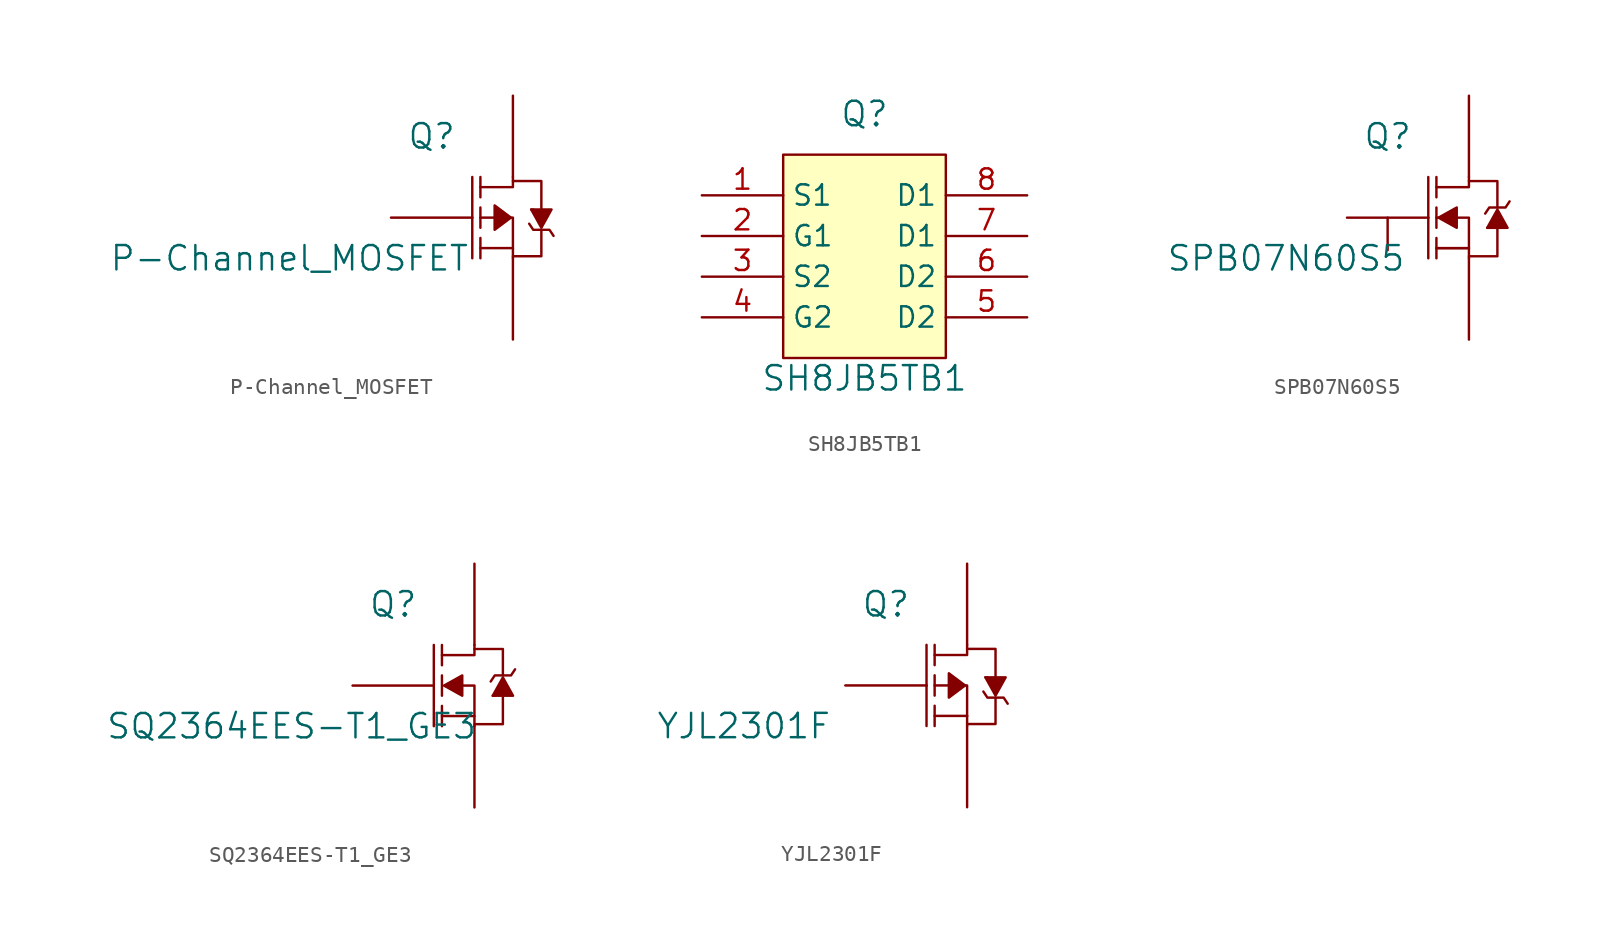
<source format=kicad_sym>
(kicad_symbol_lib
  (version 20211014)
  (generator kicad_symbol_editor)
  (symbol "P-Channel_MOSFET"
    (pin_numbers hide)
    (pin_names
      (offset 0) hide)
    (property "Reference" "Q"
      (at -2.54 5.08 0)
      (effects (font (size 1.524 1.524))))
    (property "Value" "P-Channel_MOSFET"
      (at -11.43 -2.54 0)
      (effects (font (size 1.524 1.524))))
    (symbol "P-Channel_MOSFET_0_1"
      (polyline (pts (xy 0 0) (xy 0 -2.54)) (stroke (width 0) (type default) (color 0 0 0 0)) (fill (type none)))
      (polyline (pts (xy 0 0) (xy 0 2.54)) (stroke (width 0) (type default) (color 0 0 0 0)) (fill (type none)))
      (polyline (pts (xy 0.508 -1.905) (xy 2.54 -1.905)) (stroke (width 0) (type default) (color 0 0 0 0)) (fill (type none)))
      (polyline (pts (xy 0.508 -1.27) (xy 0.508 -2.54)) (stroke (width 0) (type default) (color 0 0 0 0)) (fill (type none)))
      (polyline (pts (xy 0.508 -0.635) (xy 0.508 0.635)) (stroke (width 0) (type default) (color 0 0 0 0)) (fill (type none)))
      (polyline (pts (xy 0.508 0) (xy 1.397 0)) (stroke (width 0) (type default) (color 0 0 0 0)) (fill (type none)))
      (polyline (pts (xy 0.508 1.27) (xy 0.508 2.54)) (stroke (width 0) (type default) (color 0 0 0 0)) (fill (type none)))
      (polyline (pts (xy 2.54 -2.54) (xy 2.54 -1.905)) (stroke (width 0) (type default) (color 0 0 0 0)) (fill (type none)))
      (polyline (pts (xy 3.81 0.508) (xy 3.683 0.508)) (stroke (width 0) (type default) (color 0 0 0 0)) (fill (type none)))
      (polyline (pts (xy 0.508 1.905) (xy 2.54 1.905) (xy 2.54 2.54)) (stroke (width 0) (type default) (color 0 0 0 0)) (fill (type none)))
      (polyline (pts (xy 2.413 0) (xy 2.54 0) (xy 2.54 -1.905)) (stroke (width 0) (type default) (color 0 0 0 0)) (fill (type none)))
      (polyline (pts (xy 4.318 -0.762) (xy 4.318 -2.413) (xy 2.54 -2.413)) (stroke (width 0) (type default) (color 0 0 0 0)) (fill (type none)))
      (polyline (pts (xy 4.318 0.508) (xy 4.318 2.286) (xy 2.54 2.286)) (stroke (width 0) (type default) (color 0 0 0 0)) (fill (type none)))
      (polyline (pts (xy 2.413 0) (xy 1.397 0.762) (xy 1.397 -0.762) (xy 2.413 0)) (stroke (width 0) (type default) (color 0 0 0 0)) (fill (type outline)))
      (polyline (pts (xy 3.556 -0.381) (xy 3.81 -0.762) (xy 4.826 -0.762) (xy 5.08 -1.143)) (stroke (width 0) (type default) (color 0 0 0 0)) (fill (type none)))
      (polyline (pts (xy 3.683 0.508) (xy 4.318 -0.635) (xy 4.953 0.508) (xy 3.81 0.508)) (stroke (width 0) (type default) (color 0 0 0 0)) (fill (type outline))))
    (symbol "P-Channel_MOSFET_1_1"
      (pin input line (at 2.54 7.62 270) (length 5.08) (name "D" (effects (font (size 1.27 1.27)))) (number "~" (effects (font (size 1.27 1.27)))))
      (pin input line (at -5.08 0 0) (length 5.08) (name "G" (effects (font (size 1.27 1.27)))) (number "~" (effects (font (size 1.27 1.27)))))
      (pin input line (at 2.54 -7.62 90) (length 5.08) (name "S" (effects (font (size 1.27 1.27)))) (number "~" (effects (font (size 1.27 1.27)))))))
  (symbol "SH8JB5TB1"
    (property "Reference" "Q"
      (at 0 8.89 0)
      (effects (font (size 1.524 1.524))))
    (property "Value" "SH8JB5TB1"
      (at 0 -7.62 0)
      (effects (font (size 1.524 1.524))))
    (symbol "SH8JB5TB1_0_1"
      (rectangle (start -5.08 6.35) (end 5.08 -6.35) (stroke (width 0) (type default) (color 0 0 0 0)) (fill (type background))))
    (symbol "SH8JB5TB1_1_1"
      (pin passive line (at -10.16 3.81 0) (length 5.08) (name "S1" (effects (font (size 1.27 1.27)))) (number "1" (effects (font (size 1.27 1.27)))))
      (pin passive line (at -10.16 1.27 0) (length 5.08) (name "G1" (effects (font (size 1.27 1.27)))) (number "2" (effects (font (size 1.27 1.27)))))
      (pin passive line (at -10.16 -1.27 0) (length 5.08) (name "S2" (effects (font (size 1.27 1.27)))) (number "3" (effects (font (size 1.27 1.27)))))
      (pin passive line (at -10.16 -3.81 0) (length 5.08) (name "G2" (effects (font (size 1.27 1.27)))) (number "4" (effects (font (size 1.27 1.27)))))
      (pin input line (at 10.16 -3.81 180) (length 5.08) (name "D2" (effects (font (size 1.27 1.27)))) (number "5" (effects (font (size 1.27 1.27)))))
      (pin input line (at 10.16 -1.27 180) (length 5.08) (name "D2" (effects (font (size 1.27 1.27)))) (number "6" (effects (font (size 1.27 1.27)))))
      (pin input line (at 10.16 1.27 180) (length 5.08) (name "D1" (effects (font (size 1.27 1.27)))) (number "7" (effects (font (size 1.27 1.27)))))
      (pin input line (at 10.16 3.81 180) (length 5.08) (name "D1" (effects (font (size 1.27 1.27)))) (number "8" (effects (font (size 1.27 1.27)))))))
  (symbol "SPB07N60S5"
    (pin_numbers hide)
    (pin_names
      (offset 0) hide)
    (property "Reference" "Q"
      (at -2.54 5.08 0)
      (effects (font (size 1.524 1.524))))
    (property "Value" "SPB07N60S5"
      (at -8.89 -2.54 0)
      (effects (font (size 1.524 1.524))))
    (symbol "SPB07N60S5_0_1"
      (polyline (pts (xy -2.54 -2.032) (xy -2.54 0)) (stroke (width 0) (type default) (color 0 0 0 0)) (fill (type none)))
      (polyline (pts (xy 0 0) (xy 0 -2.54)) (stroke (width 0) (type default) (color 0 0 0 0)) (fill (type none)))
      (polyline (pts (xy 0 0) (xy 0 2.54)) (stroke (width 0) (type default) (color 0 0 0 0)) (fill (type none)))
      (polyline (pts (xy 0.508 -1.905) (xy 2.54 -1.905)) (stroke (width 0) (type default) (color 0 0 0 0)) (fill (type none)))
      (polyline (pts (xy 0.508 -1.27) (xy 0.508 -2.54)) (stroke (width 0) (type default) (color 0 0 0 0)) (fill (type none)))
      (polyline (pts (xy 0.508 -0.635) (xy 0.508 0.635)) (stroke (width 0) (type default) (color 0 0 0 0)) (fill (type none)))
      (polyline (pts (xy 0.508 0) (xy 1.397 0)) (stroke (width 0) (type default) (color 0 0 0 0)) (fill (type none)))
      (polyline (pts (xy 0.508 1.27) (xy 0.508 2.54)) (stroke (width 0) (type default) (color 0 0 0 0)) (fill (type none)))
      (polyline (pts (xy 2.54 -2.54) (xy 2.54 -1.905)) (stroke (width 0) (type default) (color 0 0 0 0)) (fill (type none)))
      (polyline (pts (xy 3.81 -0.635) (xy 3.683 -0.635)) (stroke (width 0) (type default) (color 0 0 0 0)) (fill (type none)))
      (polyline (pts (xy 0.508 1.905) (xy 2.54 1.905) (xy 2.54 2.54)) (stroke (width 0) (type default) (color 0 0 0 0)) (fill (type none)))
      (polyline (pts (xy 4.318 -0.635) (xy 4.318 -2.413) (xy 2.54 -2.413)) (stroke (width 0) (type default) (color 0 0 0 0)) (fill (type none)))
      (polyline (pts (xy 4.318 0.635) (xy 4.318 2.286) (xy 2.54 2.286)) (stroke (width 0) (type default) (color 0 0 0 0)) (fill (type none)))
      (polyline (pts (xy 0.508 -1.905) (xy 2.54 -1.905) (xy 2.54 0) (xy 1.778 0)) (stroke (width 0) (type default) (color 0 0 0 0)) (fill (type none)))
      (polyline (pts (xy 0.635 0) (xy 1.778 0.635) (xy 1.778 -0.635) (xy 0.635 0)) (stroke (width 0) (type default) (color 0 0 0 0)) (fill (type outline)))
      (polyline (pts (xy 3.556 0.254) (xy 3.81 0.635) (xy 4.826 0.635) (xy 5.08 1.016)) (stroke (width 0) (type default) (color 0 0 0 0)) (fill (type none)))
      (polyline (pts (xy 3.683 -0.635) (xy 4.318 0.508) (xy 4.953 -0.635) (xy 3.81 -0.635)) (stroke (width 0) (type default) (color 0 0 0 0)) (fill (type outline))))
    (symbol "SPB07N60S5_1_1"
      (pin input line (at -5.08 0 0) (length 5.08) (name "G" (effects (font (size 1.27 1.27)))) (number "1" (effects (font (size 1.27 1.27)))))
      (pin input line (at 2.54 7.62 270) (length 5.08) (name "D" (effects (font (size 1.27 1.27)))) (number "2" (effects (font (size 1.27 1.27)))))
      (pin input line (at 2.54 -7.62 90) (length 5.08) (name "S" (effects (font (size 1.27 1.27)))) (number "3" (effects (font (size 1.27 1.27)))))))
  (symbol "SQ2364EES-T1_GE3"
    (pin_numbers hide)
    (pin_names
      (offset 0) hide)
    (property "Reference" "Q"
      (at -2.54 5.08 0)
      (effects (font (size 1.524 1.524))))
    (property "Value" "SQ2364EES-T1_GE3"
      (at -8.89 -2.54 0)
      (effects (font (size 1.524 1.524))))
    (symbol "SQ2364EES-T1_GE3_0_1"
      (polyline (pts (xy 0 0) (xy 0 -2.54)) (stroke (width 0) (type default) (color 0 0 0 0)) (fill (type none)))
      (polyline (pts (xy 0 0) (xy 0 2.54)) (stroke (width 0) (type default) (color 0 0 0 0)) (fill (type none)))
      (polyline (pts (xy 0.508 -1.27) (xy 0.508 -2.54)) (stroke (width 0) (type default) (color 0 0 0 0)) (fill (type none)))
      (polyline (pts (xy 0.508 -0.635) (xy 0.508 0.635)) (stroke (width 0) (type default) (color 0 0 0 0)) (fill (type none)))
      (polyline (pts (xy 0.508 1.27) (xy 0.508 2.54)) (stroke (width 0) (type default) (color 0 0 0 0)) (fill (type none)))
      (polyline (pts (xy 2.54 -2.54) (xy 2.54 -1.905)) (stroke (width 0) (type default) (color 0 0 0 0)) (fill (type none)))
      (polyline (pts (xy 3.81 -0.635) (xy 3.683 -0.635)) (stroke (width 0) (type default) (color 0 0 0 0)) (fill (type none)))
      (polyline (pts (xy 0.508 1.905) (xy 2.54 1.905) (xy 2.54 2.54)) (stroke (width 0) (type default) (color 0 0 0 0)) (fill (type none)))
      (polyline (pts (xy 4.318 -0.635) (xy 4.318 -2.413) (xy 2.54 -2.413)) (stroke (width 0) (type default) (color 0 0 0 0)) (fill (type none)))
      (polyline (pts (xy 4.318 0.635) (xy 4.318 2.286) (xy 2.54 2.286)) (stroke (width 0) (type default) (color 0 0 0 0)) (fill (type none)))
      (polyline (pts (xy 0.508 -1.905) (xy 2.54 -1.905) (xy 2.54 0) (xy 1.778 0)) (stroke (width 0) (type default) (color 0 0 0 0)) (fill (type none)))
      (polyline (pts (xy 0.635 0) (xy 1.778 0.635) (xy 1.778 -0.635) (xy 0.635 0)) (stroke (width 0) (type default) (color 0 0 0 0)) (fill (type outline)))
      (polyline (pts (xy 3.556 0.254) (xy 3.81 0.635) (xy 4.826 0.635) (xy 5.08 1.016)) (stroke (width 0) (type default) (color 0 0 0 0)) (fill (type none)))
      (polyline (pts (xy 3.683 -0.635) (xy 4.318 0.508) (xy 4.953 -0.635) (xy 3.81 -0.635)) (stroke (width 0) (type default) (color 0 0 0 0)) (fill (type outline))))
    (symbol "SQ2364EES-T1_GE3_1_1"
      (pin input line (at -5.08 0 0) (length 5.08) (name "G" (effects (font (size 1.27 1.27)))) (number "1" (effects (font (size 1.27 1.27)))))
      (pin input line (at 2.54 7.62 270) (length 5.08) (name "D" (effects (font (size 1.27 1.27)))) (number "2" (effects (font (size 1.27 1.27)))))
      (pin input line (at 2.54 -7.62 90) (length 5.08) (name "S" (effects (font (size 1.27 1.27)))) (number "3" (effects (font (size 1.27 1.27)))))))
  (symbol "YJL2301F"
    (pin_numbers hide)
    (pin_names
      (offset 0) hide)
    (property "Reference" "Q"
      (at -2.54 5.08 0)
      (effects (font (size 1.524 1.524))))
    (property "Value" "YJL2301F"
      (at -11.43 -2.54 0)
      (effects (font (size 1.524 1.524))))
    (symbol "YJL2301F_0_1"
      (polyline (pts (xy 0 0) (xy 0 -2.54)) (stroke (width 0) (type default) (color 0 0 0 0)) (fill (type none)))
      (polyline (pts (xy 0 0) (xy 0 2.54)) (stroke (width 0) (type default) (color 0 0 0 0)) (fill (type none)))
      (polyline (pts (xy 0.508 -1.905) (xy 2.54 -1.905)) (stroke (width 0) (type default) (color 0 0 0 0)) (fill (type none)))
      (polyline (pts (xy 0.508 -1.27) (xy 0.508 -2.54)) (stroke (width 0) (type default) (color 0 0 0 0)) (fill (type none)))
      (polyline (pts (xy 0.508 -0.635) (xy 0.508 0.635)) (stroke (width 0) (type default) (color 0 0 0 0)) (fill (type none)))
      (polyline (pts (xy 0.508 0) (xy 1.397 0)) (stroke (width 0) (type default) (color 0 0 0 0)) (fill (type none)))
      (polyline (pts (xy 0.508 1.27) (xy 0.508 2.54)) (stroke (width 0) (type default) (color 0 0 0 0)) (fill (type none)))
      (polyline (pts (xy 2.54 -2.54) (xy 2.54 -1.905)) (stroke (width 0) (type default) (color 0 0 0 0)) (fill (type none)))
      (polyline (pts (xy 3.81 0.508) (xy 3.683 0.508)) (stroke (width 0) (type default) (color 0 0 0 0)) (fill (type none)))
      (polyline (pts (xy 0.508 1.905) (xy 2.54 1.905) (xy 2.54 2.54)) (stroke (width 0) (type default) (color 0 0 0 0)) (fill (type none)))
      (polyline (pts (xy 2.413 0) (xy 2.54 0) (xy 2.54 -1.905)) (stroke (width 0) (type default) (color 0 0 0 0)) (fill (type none)))
      (polyline (pts (xy 4.318 -0.762) (xy 4.318 -2.413) (xy 2.54 -2.413)) (stroke (width 0) (type default) (color 0 0 0 0)) (fill (type none)))
      (polyline (pts (xy 4.318 0.508) (xy 4.318 2.286) (xy 2.54 2.286)) (stroke (width 0) (type default) (color 0 0 0 0)) (fill (type none)))
      (polyline (pts (xy 2.413 0) (xy 1.397 0.762) (xy 1.397 -0.762) (xy 2.413 0)) (stroke (width 0) (type default) (color 0 0 0 0)) (fill (type outline)))
      (polyline (pts (xy 3.556 -0.381) (xy 3.81 -0.762) (xy 4.826 -0.762) (xy 5.08 -1.143)) (stroke (width 0) (type default) (color 0 0 0 0)) (fill (type none)))
      (polyline (pts (xy 3.683 0.508) (xy 4.318 -0.635) (xy 4.953 0.508) (xy 3.81 0.508)) (stroke (width 0) (type default) (color 0 0 0 0)) (fill (type outline))))
    (symbol "YJL2301F_1_1"
      (pin input line (at 2.54 7.62 270) (length 5.08) (name "D" (effects (font (size 1.27 1.27)))) (number "~" (effects (font (size 1.27 1.27)))))
      (pin input line (at -5.08 0 0) (length 5.08) (name "G" (effects (font (size 1.27 1.27)))) (number "~" (effects (font (size 1.27 1.27)))))
      (pin input line (at 2.54 -7.62 90) (length 5.08) (name "S" (effects (font (size 1.27 1.27)))) (number "~" (effects (font (size 1.27 1.27))))))))
</source>
